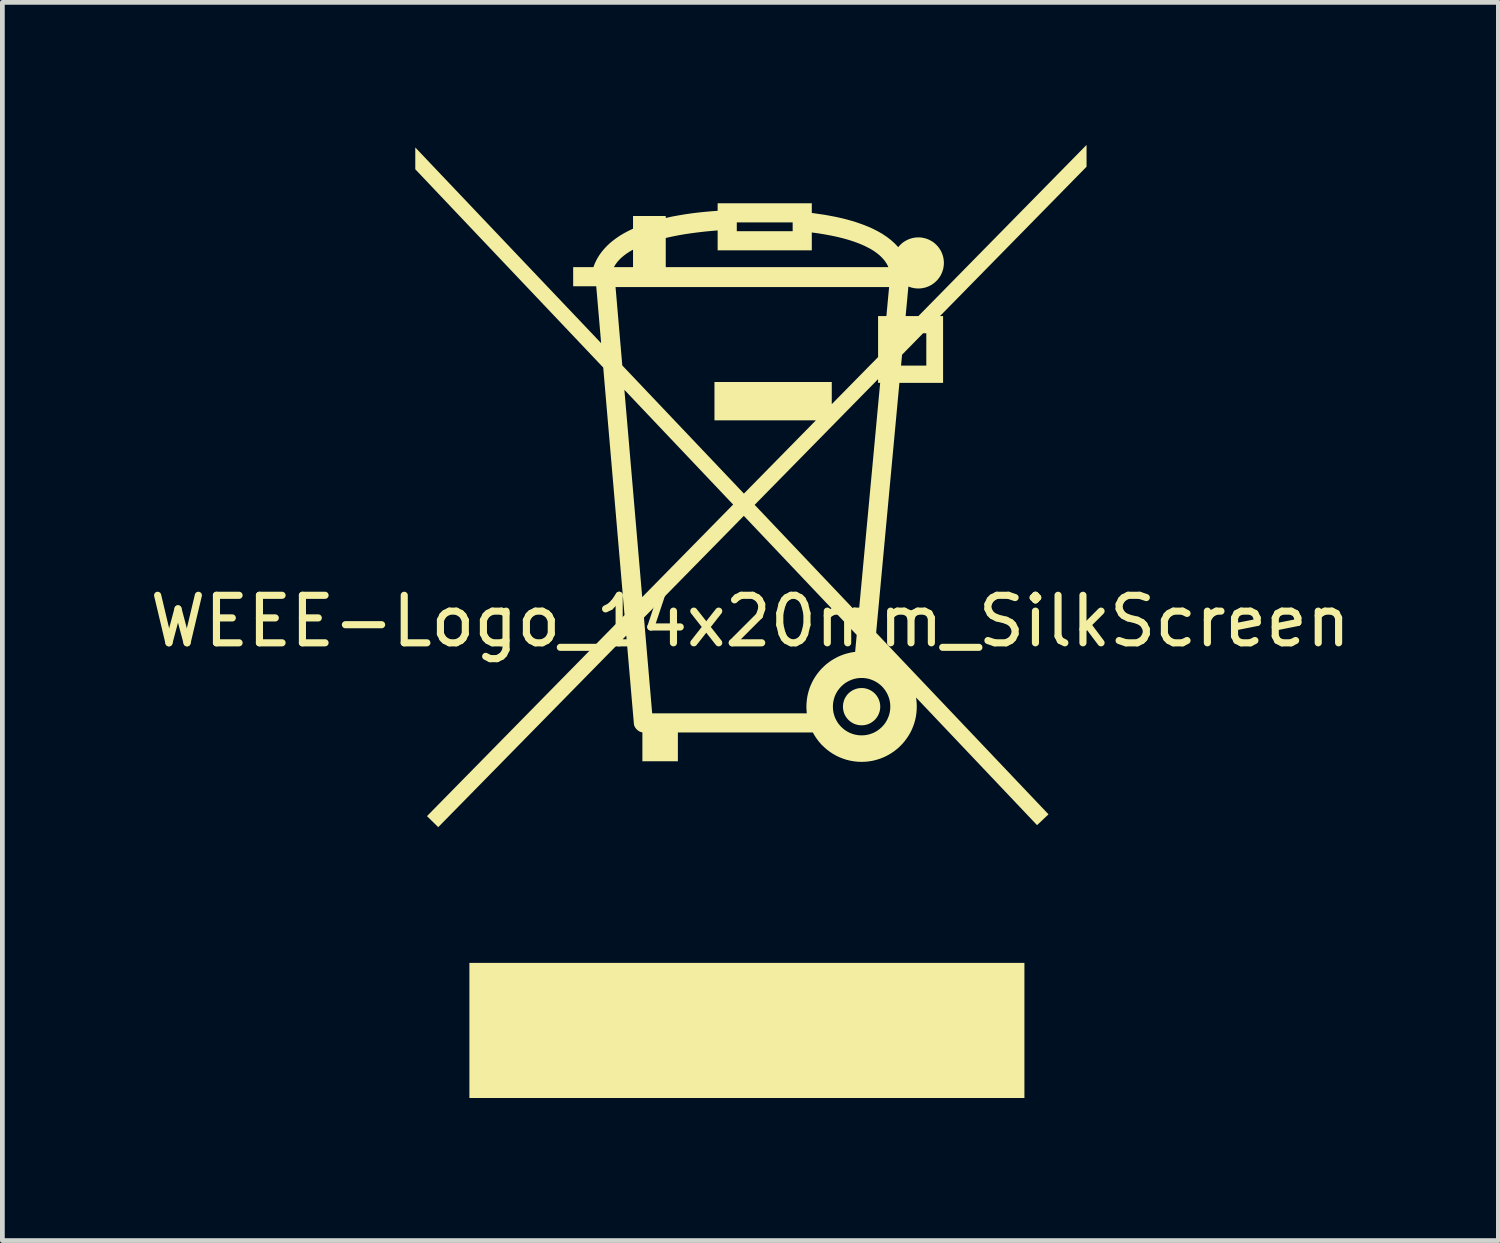
<source format=kicad_pcb>
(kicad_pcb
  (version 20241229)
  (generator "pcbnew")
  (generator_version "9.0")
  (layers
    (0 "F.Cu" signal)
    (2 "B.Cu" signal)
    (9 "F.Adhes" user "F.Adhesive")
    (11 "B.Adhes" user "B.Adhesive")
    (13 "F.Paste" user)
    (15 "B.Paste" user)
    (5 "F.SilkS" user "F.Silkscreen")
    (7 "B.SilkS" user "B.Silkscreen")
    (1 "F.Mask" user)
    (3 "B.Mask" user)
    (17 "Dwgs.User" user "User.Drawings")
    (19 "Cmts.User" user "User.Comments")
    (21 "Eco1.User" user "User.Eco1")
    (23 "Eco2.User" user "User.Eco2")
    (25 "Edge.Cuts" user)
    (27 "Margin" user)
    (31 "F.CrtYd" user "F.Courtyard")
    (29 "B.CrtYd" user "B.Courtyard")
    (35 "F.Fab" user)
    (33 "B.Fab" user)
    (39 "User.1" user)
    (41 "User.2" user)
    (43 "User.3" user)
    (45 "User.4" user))
  (footprint "WEEE-Logo_14x20mm_SilkScreen"
    (layer "F.Cu")
    (at 12.744 10.025)
    (property "Reference" "WEEE-Logo_14x20mm_SilkScreen" (at 0 0 0) (layer "F.SilkS") (effects (font (size 1 1) (thickness 0.15))))
    (attr exclude_from_pos_files exclude_from_bom allow_missing_courtyard)
    (fp_poly (pts (xy 5.768 10.036) (xy -5.914 10.036) (xy -5.914 7.192) (xy 5.768 7.192)) (stroke (width 0) (type solid)) (fill yes) (layer "F.SilkS"))
    (fp_poly (pts (xy 2.361 1.407) (xy 2.381 1.409) (xy 2.401 1.411) (xy 2.42 1.415) (xy 2.439 1.419) (xy 2.457 1.425) (xy 2.476 1.431) (xy 2.494 1.438) (xy 2.511 1.446) (xy 2.528 1.454) (xy 2.544 1.464) (xy 2.56 1.474) (xy 2.576 1.485) (xy 2.59 1.496) (xy 2.605 1.509) (xy 2.618 1.522) (xy 2.631 1.535) (xy 2.644 1.55) (xy 2.655 1.564) (xy 2.666 1.58) (xy 2.676 1.596) (xy 2.686 1.612) (xy 2.694 1.629) (xy 2.702 1.646) (xy 2.709 1.664) (xy 2.715 1.683) (xy 2.721 1.701) (xy 2.725 1.72) (xy 2.729 1.739) (xy 2.731 1.759) (xy 2.733 1.779) (xy 2.733 1.799) (xy 2.733 1.819) (xy 2.731 1.839) (xy 2.729 1.859) (xy 2.725 1.878) (xy 2.721 1.897) (xy 2.715 1.916) (xy 2.709 1.934) (xy 2.702 1.952) (xy 2.694 1.969) (xy 2.686 1.986) (xy 2.676 2.003) (xy 2.666 2.018) (xy 2.655 2.034) (xy 2.644 2.049) (xy 2.631 2.063) (xy 2.618 2.077) (xy 2.605 2.089) (xy 2.59 2.102) (xy 2.576 2.113) (xy 2.56 2.124) (xy 2.544 2.135) (xy 2.528 2.144) (xy 2.511 2.153) (xy 2.494 2.161) (xy 2.476 2.168) (xy 2.457 2.174) (xy 2.439 2.179) (xy 2.42 2.183) (xy 2.401 2.187) (xy 2.381 2.189) (xy 2.361 2.191) (xy 2.341 2.191) (xy 2.321 2.191) (xy 2.301 2.189) (xy 2.281 2.187) (xy 2.262 2.183) (xy 2.243 2.179) (xy 2.224 2.174) (xy 2.206 2.168) (xy 2.188 2.161) (xy 2.171 2.153) (xy 2.154 2.144) (xy 2.137 2.135) (xy 2.122 2.124) (xy 2.106 2.113) (xy 2.091 2.102) (xy 2.077 2.089) (xy 2.063 2.077) (xy 2.05 2.063) (xy 2.038 2.049) (xy 2.026 2.034) (xy 2.016 2.018) (xy 2.005 2.003) (xy 1.996 1.986) (xy 1.987 1.969) (xy 1.979 1.952) (xy 1.972 1.934) (xy 1.966 1.916) (xy 1.961 1.897) (xy 1.957 1.878) (xy 1.953 1.859) (xy 1.951 1.839) (xy 1.949 1.819) (xy 1.949 1.799) (xy 1.949 1.779) (xy 1.951 1.759) (xy 1.953 1.739) (xy 1.957 1.72) (xy 1.961 1.701) (xy 1.966 1.683) (xy 1.972 1.664) (xy 1.979 1.646) (xy 1.987 1.629) (xy 1.996 1.612) (xy 2.005 1.596) (xy 2.016 1.58) (xy 2.026 1.564) (xy 2.038 1.55) (xy 2.05 1.535) (xy 2.063 1.522) (xy 2.077 1.509) (xy 2.091 1.496) (xy 2.106 1.485) (xy 2.122 1.474) (xy 2.137 1.464) (xy 2.154 1.454) (xy 2.171 1.446) (xy 2.188 1.438) (xy 2.206 1.431) (xy 2.224 1.425) (xy 2.243 1.419) (xy 2.262 1.415) (xy 2.281 1.411) (xy 2.301 1.409) (xy 2.321 1.407) (xy 2.341 1.407)) (stroke (width 0) (type solid)) (fill yes) (layer "F.SilkS"))
    (fp_poly (pts (xy 7.076 -9.566) (xy 3.992 -6.423) (xy 4.056 -6.423) (xy 4.056 -5.017) (xy 3.137 -5.017) (xy 2.647 0.244) (xy 6.275 4.065) (xy 6.034 4.293) (xy 3.486 1.605) (xy 3.49 1.629) (xy 3.493 1.653) (xy 3.496 1.677) (xy 3.498 1.701) (xy 3.5 1.725) (xy 3.501 1.75) (xy 3.502 1.774) (xy 3.502 1.799) (xy 3.501 1.859) (xy 3.496 1.918) (xy 3.489 1.976) (xy 3.479 2.033) (xy 3.466 2.089) (xy 3.45 2.145) (xy 3.432 2.198) (xy 3.411 2.251) (xy 3.388 2.303) (xy 3.362 2.353) (xy 3.334 2.401) (xy 3.304 2.448) (xy 3.271 2.494) (xy 3.237 2.538) (xy 3.201 2.58) (xy 3.162 2.62) (xy 3.122 2.659) (xy 3.08 2.695) (xy 3.036 2.73) (xy 2.99 2.762) (xy 2.943 2.792) (xy 2.894 2.82) (xy 2.844 2.846) (xy 2.793 2.869) (xy 2.74 2.89) (xy 2.686 2.908) (xy 2.631 2.924) (xy 2.575 2.937) (xy 2.518 2.947) (xy 2.46 2.955) (xy 2.401 2.959) (xy 2.341 2.961) (xy 2.258 2.958) (xy 2.177 2.949) (xy 2.097 2.935) (xy 2.02 2.916) (xy 1.945 2.891) (xy 1.872 2.862) (xy 1.801 2.828) (xy 1.733 2.789) (xy 1.669 2.746) (xy 1.607 2.699) (xy 1.549 2.648) (xy 1.494 2.594) (xy 1.443 2.536) (xy 1.396 2.474) (xy 1.353 2.409) (xy 1.314 2.342) (xy -1.526 2.342) (xy -1.526 2.948) (xy -2.273 2.948) (xy -2.273 2.34) (xy -2.282 2.339) (xy -2.29 2.337) (xy -2.298 2.335) (xy -2.306 2.332) (xy -2.314 2.33) (xy -2.322 2.326) (xy -2.33 2.323) (xy -2.337 2.319) (xy -2.352 2.31) (xy -2.367 2.3) (xy -2.38 2.289) (xy -2.393 2.277) (xy -2.405 2.264) (xy -2.416 2.25) (xy -2.425 2.236) (xy -2.43 2.229) (xy -2.434 2.221) (xy -2.437 2.213) (xy -2.441 2.206) (xy -2.444 2.198) (xy -2.446 2.19) (xy -2.448 2.182) (xy -2.45 2.174) (xy -2.451 2.166) (xy -2.452 2.157) (xy -2.612 0.303) (xy -6.57 4.335) (xy -6.807 4.103) (xy -2.701 -0.076) (xy -2.24 -0.076) (xy -2.067 1.939) (xy 1.188 1.939) (xy 1.186 1.921) (xy 1.184 1.904) (xy 1.183 1.887) (xy 1.182 1.869) (xy 1.181 1.852) (xy 1.18 1.834) (xy 1.18 1.817) (xy 1.179 1.799) (xy 1.737 1.799) (xy 1.738 1.83) (xy 1.74 1.861) (xy 1.744 1.891) (xy 1.749 1.921) (xy 1.756 1.95) (xy 1.764 1.979) (xy 1.773 2.007) (xy 1.784 2.034) (xy 1.796 2.061) (xy 1.81 2.087) (xy 1.824 2.112) (xy 1.84 2.137) (xy 1.857 2.161) (xy 1.875 2.183) (xy 1.894 2.205) (xy 1.914 2.226) (xy 1.935 2.246) (xy 1.957 2.265) (xy 1.979 2.283) (xy 2.003 2.3) (xy 2.028 2.316) (xy 2.053 2.33) (xy 2.079 2.344) (xy 2.106 2.356) (xy 2.133 2.366) (xy 2.161 2.376) (xy 2.19 2.384) (xy 2.219 2.391) (xy 2.249 2.396) (xy 2.279 2.4) (xy 2.31 2.402) (xy 2.341 2.403) (xy 2.372 2.402) (xy 2.403 2.4) (xy 2.433 2.396) (xy 2.463 2.391) (xy 2.492 2.384) (xy 2.52 2.376) (xy 2.548 2.366) (xy 2.576 2.356) (xy 2.603 2.344) (xy 2.629 2.33) (xy 2.654 2.316) (xy 2.679 2.3) (xy 2.702 2.283) (xy 2.725 2.265) (xy 2.747 2.246) (xy 2.768 2.226) (xy 2.788 2.205) (xy 2.807 2.183) (xy 2.825 2.161) (xy 2.842 2.137) (xy 2.857 2.112) (xy 2.872 2.087) (xy 2.885 2.061) (xy 2.897 2.034) (xy 2.908 2.007) (xy 2.918 1.979) (xy 2.926 1.95) (xy 2.933 1.921) (xy 2.938 1.891) (xy 2.942 1.861) (xy 2.944 1.83) (xy 2.945 1.799) (xy 2.944 1.768) (xy 2.942 1.737) (xy 2.938 1.707) (xy 2.933 1.677) (xy 2.926 1.648) (xy 2.918 1.62) (xy 2.908 1.591) (xy 2.897 1.564) (xy 2.885 1.537) (xy 2.872 1.511) (xy 2.857 1.486) (xy 2.842 1.461) (xy 2.825 1.438) (xy 2.807 1.415) (xy 2.788 1.393) (xy 2.768 1.372) (xy 2.747 1.352) (xy 2.725 1.333) (xy 2.702 1.315) (xy 2.679 1.298) (xy 2.654 1.283) (xy 2.629 1.268) (xy 2.603 1.255) (xy 2.576 1.243) (xy 2.548 1.232) (xy 2.52 1.222) (xy 2.492 1.214) (xy 2.463 1.207) (xy 2.433 1.202) (xy 2.403 1.198) (xy 2.372 1.196) (xy 2.341 1.195) (xy 2.31 1.196) (xy 2.279 1.198) (xy 2.249 1.202) (xy 2.219 1.207) (xy 2.19 1.214) (xy 2.161 1.222) (xy 2.133 1.232) (xy 2.106 1.243) (xy 2.079 1.255) (xy 2.053 1.268) (xy 2.028 1.283) (xy 2.003 1.298) (xy 1.979 1.315) (xy 1.957 1.333) (xy 1.935 1.352) (xy 1.914 1.372) (xy 1.894 1.393) (xy 1.875 1.415) (xy 1.857 1.438) (xy 1.84 1.461) (xy 1.824 1.486) (xy 1.81 1.511) (xy 1.796 1.537) (xy 1.784 1.564) (xy 1.773 1.591) (xy 1.764 1.62) (xy 1.756 1.648) (xy 1.749 1.677) (xy 1.744 1.707) (xy 1.74 1.737) (xy 1.738 1.768) (xy 1.737 1.799) (xy 1.179 1.799) (xy 1.181 1.744) (xy 1.185 1.689) (xy 1.191 1.635) (xy 1.2 1.581) (xy 1.211 1.529) (xy 1.225 1.477) (xy 1.24 1.427) (xy 1.258 1.377) (xy 1.279 1.329) (xy 1.301 1.281) (xy 1.325 1.235) (xy 1.352 1.19) (xy 1.38 1.147) (xy 1.41 1.105) (xy 1.442 1.064) (xy 1.476 1.024) (xy 1.511 0.987) (xy 1.548 0.951) (xy 1.586 0.916) (xy 1.627 0.883) (xy 1.668 0.852) (xy 1.711 0.823) (xy 1.755 0.796) (xy 1.801 0.771) (xy 1.848 0.747) (xy 1.896 0.726) (xy 1.945 0.707) (xy 1.995 0.69) (xy 2.046 0.676) (xy 2.098 0.663) (xy 2.151 0.653) (xy 2.205 0.646) (xy 2.238 0.289) (xy -0.138 -2.217) (xy -2.24 -0.076) (xy -2.701 -0.076) (xy -2.649 -0.129) (xy -3.057 -4.87) (xy -2.652 -4.87) (xy -2.277 -0.507) (xy -0.369 -2.449) (xy 0.09 -2.449) (xy 2.278 -0.144) (xy 2.732 -5.017) (xy 2.688 -5.017) (xy 2.688 -5.095) (xy 0.09 -2.449) (xy -0.369 -2.449) (xy -0.363 -2.455) (xy -2.652 -4.87) (xy -3.057 -4.87) (xy -3.097 -5.339) (xy -7.053 -9.512) (xy -7.053 -9.971) (xy -3.141 -5.852) (xy -3.243 -7.033) (xy -2.838 -7.033) (xy -2.696 -5.383) (xy -0.136 -2.686) (xy 1.379 -4.228) (xy -0.756 -4.228) (xy -0.756 -5.034) (xy 1.713 -5.034) (xy 1.713 -4.568) (xy 2.511 -5.38) (xy 3.171 -5.38) (xy 3.703 -5.38) (xy 3.703 -6.061) (xy 3.636 -6.061) (xy 3.193 -5.609) (xy 3.171 -5.38) (xy 2.511 -5.38) (xy 2.688 -5.559) (xy 2.688 -6.423) (xy 2.863 -6.423) (xy 2.92 -7.033) (xy -2.838 -7.033) (xy -3.243 -7.033) (xy -3.244 -7.05) (xy -3.73 -7.05) (xy -3.73 -7.453) (xy -3.303 -7.453) (xy -3.303 -7.453) (xy -2.872 -7.453) (xy -2.47 -7.453) (xy -2.47 -7.82) (xy -2.504 -7.801) (xy -2.537 -7.782) (xy -2.568 -7.762) (xy -2.599 -7.742) (xy -2.628 -7.721) (xy -2.657 -7.699) (xy -2.684 -7.677) (xy -2.71 -7.655) (xy -2.735 -7.632) (xy -2.758 -7.608) (xy -2.781 -7.584) (xy -2.802 -7.559) (xy -2.821 -7.533) (xy -2.84 -7.507) (xy -2.856 -7.48) (xy -2.872 -7.453) (xy -3.303 -7.453) (xy -3.3 -7.462) (xy -3.297 -7.471) (xy -3.294 -7.48) (xy -3.29 -7.49) (xy -3.286 -7.5) (xy -3.282 -7.51) (xy -3.278 -7.521) (xy -3.273 -7.532) (xy -3.245 -7.592) (xy -3.213 -7.651) (xy -3.178 -7.707) (xy -3.139 -7.761) (xy -3.098 -7.813) (xy -3.053 -7.863) (xy -3.006 -7.911) (xy -2.956 -7.958) (xy -2.903 -8.002) (xy -2.848 -8.044) (xy -2.817 -8.066) (xy -1.781 -8.066) (xy -1.781 -7.453) (xy 2.904 -7.453) (xy 2.886 -7.493) (xy 2.864 -7.532) (xy 2.839 -7.569) (xy 2.812 -7.605) (xy 2.781 -7.64) (xy 2.748 -7.674) (xy 2.713 -7.706) (xy 2.675 -7.737) (xy 2.635 -7.767) (xy 2.593 -7.796) (xy 2.548 -7.824) (xy 2.502 -7.85) (xy 2.403 -7.9) (xy 2.297 -7.946) (xy 2.185 -7.988) (xy 2.068 -8.026) (xy 1.946 -8.06) (xy 1.82 -8.091) (xy 1.691 -8.118) (xy 1.559 -8.142) (xy 1.427 -8.164) (xy 1.293 -8.182) (xy 1.293 -7.806) (xy -0.689 -7.806) (xy -0.689 -8.209) (xy -0.286 -8.209) (xy 0.89 -8.209) (xy 0.89 -8.394) (xy -0.286 -8.394) (xy -0.286 -8.209) (xy -0.689 -8.209) (xy -0.689 -8.225) (xy -0.822 -8.214) (xy -0.958 -8.201) (xy -1.096 -8.185) (xy -1.234 -8.167) (xy -1.373 -8.147) (xy -1.511 -8.123) (xy -1.647 -8.096) (xy -1.781 -8.066) (xy -2.817 -8.066) (xy -2.79 -8.085) (xy -2.731 -8.124) (xy -2.668 -8.161) (xy -2.604 -8.196) (xy -2.538 -8.23) (xy -2.47 -8.262) (xy -2.47 -8.529) (xy -1.781 -8.529) (xy -1.781 -8.487) (xy -1.646 -8.517) (xy -1.509 -8.542) (xy -1.371 -8.565) (xy -1.233 -8.585) (xy -1.095 -8.602) (xy -0.958 -8.616) (xy -0.823 -8.628) (xy -0.689 -8.638) (xy -0.689 -8.797) (xy 1.293 -8.797) (xy 1.293 -8.593) (xy 1.562 -8.554) (xy 1.695 -8.53) (xy 1.827 -8.504) (xy 1.958 -8.474) (xy 2.086 -8.44) (xy 2.211 -8.403) (xy 2.332 -8.361) (xy 2.45 -8.316) (xy 2.563 -8.267) (xy 2.671 -8.213) (xy 2.773 -8.155) (xy 2.868 -8.092) (xy 2.957 -8.024) (xy 3.038 -7.951) (xy 3.112 -7.873) (xy 3.131 -7.895) (xy 3.151 -7.917) (xy 3.173 -7.938) (xy 3.195 -7.958) (xy 3.219 -7.976) (xy 3.244 -7.993) (xy 3.269 -8.008) (xy 3.296 -8.022) (xy 3.323 -8.035) (xy 3.352 -8.046) (xy 3.381 -8.056) (xy 3.41 -8.064) (xy 3.441 -8.07) (xy 3.471 -8.075) (xy 3.503 -8.077) (xy 3.535 -8.078) (xy 3.563 -8.078) (xy 3.59 -8.076) (xy 3.617 -8.072) (xy 3.643 -8.067) (xy 3.669 -8.061) (xy 3.695 -8.054) (xy 3.72 -8.046) (xy 3.744 -8.036) (xy 3.768 -8.025) (xy 3.791 -8.013) (xy 3.814 -8) (xy 3.836 -7.987) (xy 3.857 -7.972) (xy 3.877 -7.956) (xy 3.896 -7.939) (xy 3.915 -7.921) (xy 3.933 -7.902) (xy 3.95 -7.883) (xy 3.966 -7.862) (xy 3.981 -7.841) (xy 3.995 -7.819) (xy 4.008 -7.797) (xy 4.02 -7.774) (xy 4.03 -7.75) (xy 4.04 -7.726) (xy 4.048 -7.701) (xy 4.056 -7.675) (xy 4.062 -7.649) (xy 4.066 -7.623) (xy 4.07 -7.596) (xy 4.072 -7.568) (xy 4.073 -7.541) (xy 4.072 -7.513) (xy 4.07 -7.486) (xy 4.066 -7.459) (xy 4.062 -7.432) (xy 4.056 -7.406) (xy 4.048 -7.381) (xy 4.04 -7.356) (xy 4.03 -7.331) (xy 4.02 -7.308) (xy 4.008 -7.284) (xy 3.995 -7.262) (xy 3.981 -7.24) (xy 3.966 -7.219) (xy 3.95 -7.199) (xy 3.933 -7.179) (xy 3.915 -7.161) (xy 3.896 -7.143) (xy 3.877 -7.126) (xy 3.857 -7.11) (xy 3.836 -7.095) (xy 3.814 -7.081) (xy 3.791 -7.068) (xy 3.768 -7.056) (xy 3.744 -7.045) (xy 3.72 -7.036) (xy 3.695 -7.027) (xy 3.669 -7.02) (xy 3.643 -7.014) (xy 3.617 -7.009) (xy 3.59 -7.006) (xy 3.563 -7.004) (xy 3.535 -7.003) (xy 3.521 -7.003) (xy 3.507 -7.004) (xy 3.494 -7.005) (xy 3.48 -7.006) (xy 3.467 -7.007) (xy 3.453 -7.009) (xy 3.44 -7.011) (xy 3.427 -7.014) (xy 3.414 -7.017) (xy 3.401 -7.02) (xy 3.388 -7.023) (xy 3.376 -7.027) (xy 3.363 -7.031) (xy 3.351 -7.035) (xy 3.338 -7.04) (xy 3.326 -7.045) (xy 3.268 -6.423) (xy 3.537 -6.423) (xy 7.076 -10.025)) (stroke (width 0) (type solid)) (fill yes) (layer "F.SilkS")))
  (gr_rect
    (start -3 -3)
    (end 28.488 23.062)
    (stroke (width 0.1) (type default))
    (fill no)
    (layer "Edge.Cuts")))
</source>
